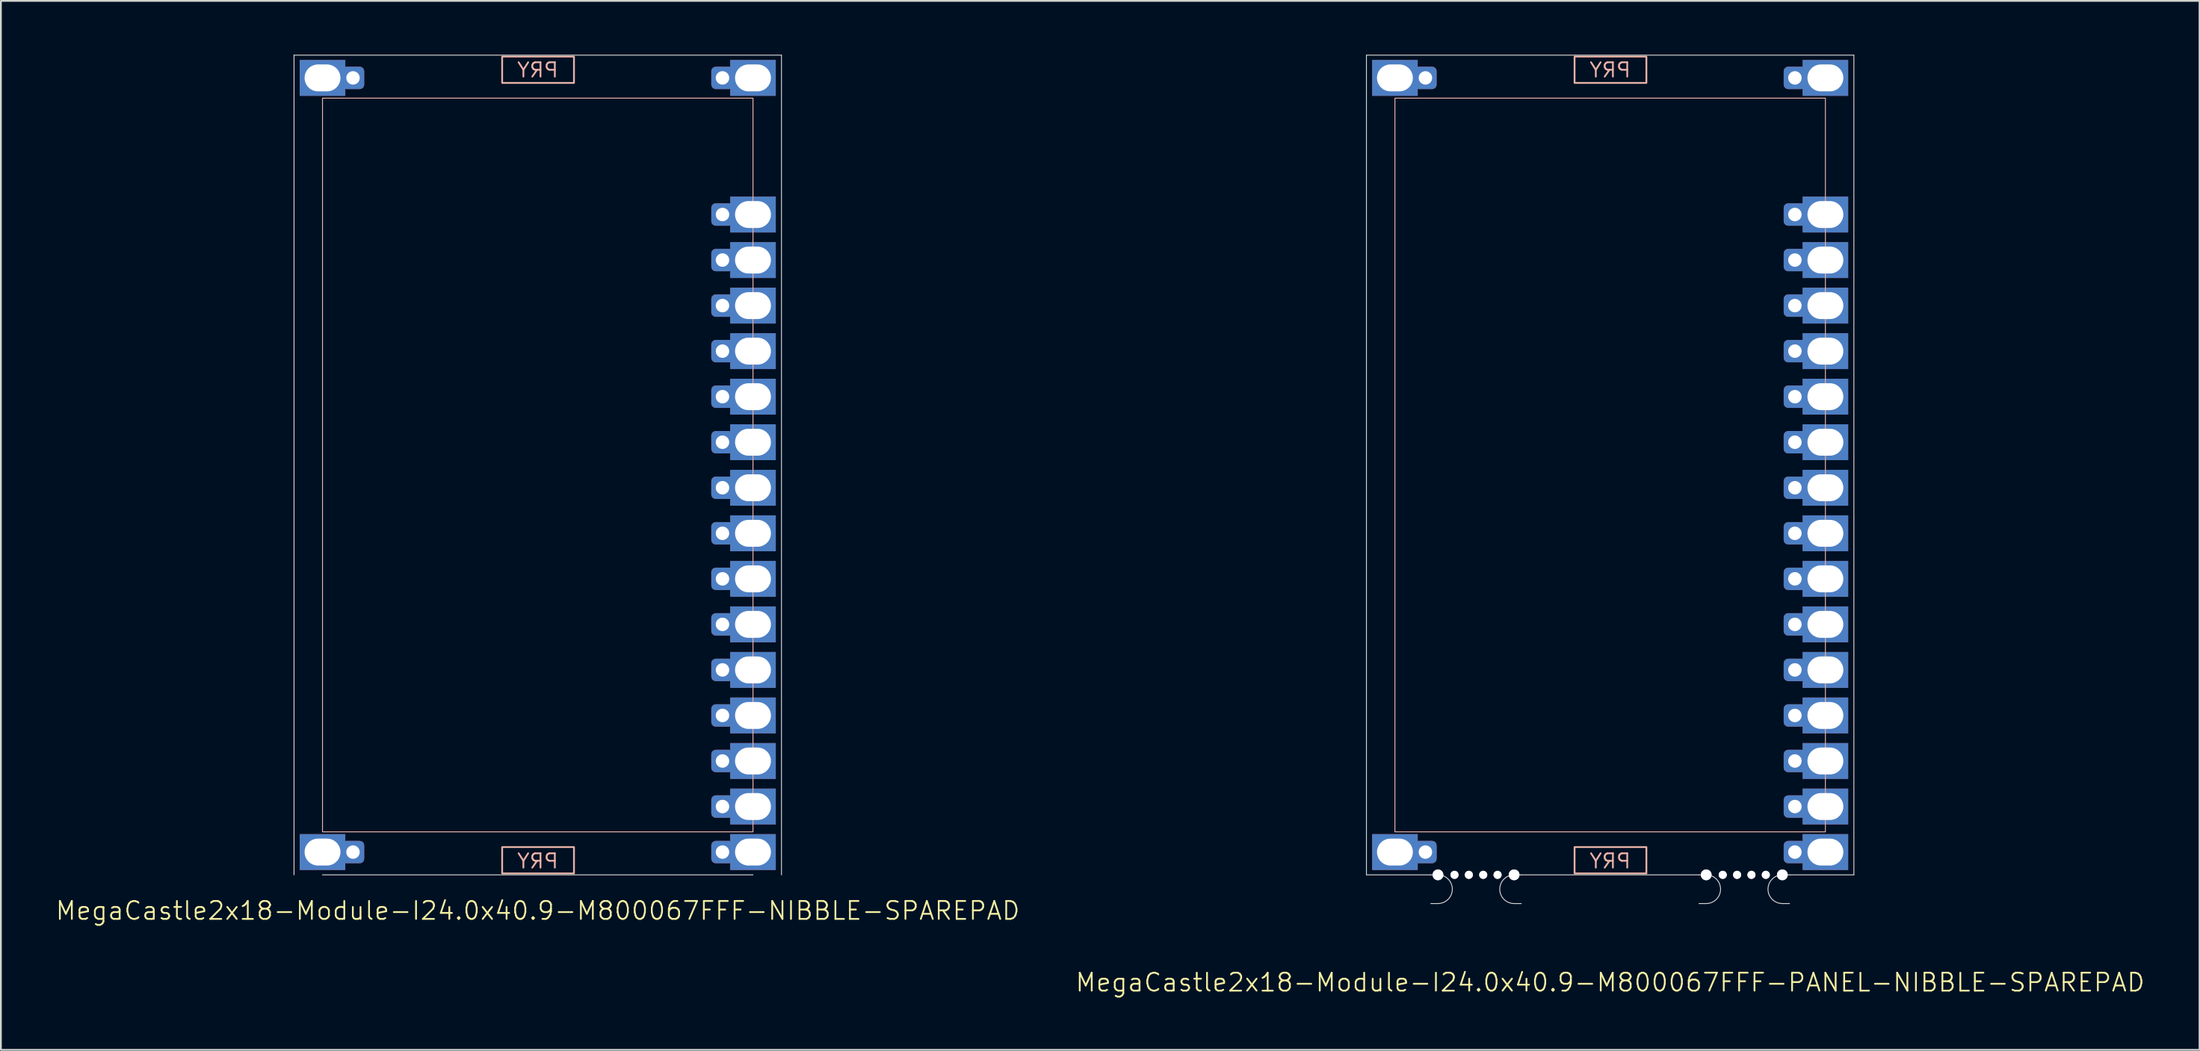
<source format=kicad_pcb>
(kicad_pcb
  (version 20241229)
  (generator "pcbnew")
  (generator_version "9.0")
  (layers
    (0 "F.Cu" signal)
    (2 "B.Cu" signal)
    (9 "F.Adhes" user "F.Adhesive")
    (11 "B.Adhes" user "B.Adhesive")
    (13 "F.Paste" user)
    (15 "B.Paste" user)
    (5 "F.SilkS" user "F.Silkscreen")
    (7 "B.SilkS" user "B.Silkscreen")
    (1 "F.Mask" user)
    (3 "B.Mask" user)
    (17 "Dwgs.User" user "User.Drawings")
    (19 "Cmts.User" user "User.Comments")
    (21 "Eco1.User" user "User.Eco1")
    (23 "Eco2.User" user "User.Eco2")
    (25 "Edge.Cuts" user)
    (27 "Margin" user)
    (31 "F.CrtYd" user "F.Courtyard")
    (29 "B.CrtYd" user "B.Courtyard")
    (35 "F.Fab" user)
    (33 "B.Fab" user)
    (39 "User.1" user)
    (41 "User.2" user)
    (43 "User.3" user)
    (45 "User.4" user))
  (footprint "MegaCastle2x18-Module-I24.0x40.9-M800067FFF-NIBBLE-SPAREPAD"
    (layer "F.Cu")
    (at 26.931 22.885)
    (property "Reference" "MegaCastle2x18-Module-I24.0x40.9-M800067FFF-NIBBLE-SPAREPAD" (at 0 24.86 0) (unlocked yes) (layer "F.SilkS") (effects (font (size 1 1) (thickness 0.1))))
    (attr smd)
    (fp_rect (start -12 20.46) (end 12 -20.46) (stroke (width 0.05) (type default)) (fill no) (layer "B.SilkS"))
    (fp_rect (start -1.984 -21.311) (end 2.02 -22.78) (stroke (width 0.1) (type default)) (fill no) (layer "B.SilkS"))
    (fp_rect (start -1.984 21.311) (end 2.02 22.78) (stroke (width 0.1) (type default)) (fill no) (layer "B.SilkS"))
    (fp_line (start -13.588 -22.86) (end -13.588 22.86) (stroke (width 0.05) (type default)) (layer "Edge.Cuts"))
    (fp_line (start -13.588 -22.86) (end 13.588 -22.86) (stroke (width 0.05) (type default)) (layer "Edge.Cuts"))
    (fp_line (start -12 22.86) (end 12 22.86) (stroke (width 0.05) (type default)) (layer "Edge.Cuts"))
    (fp_line (start 13.588 -22.86) (end 13.588 22.86) (stroke (width 0.05) (type default)) (layer "Edge.Cuts"))
    (fp_text user "PRY" (at 0 22.56 0) (unlocked yes) (layer "B.SilkS") (effects (font (size 0.8 0.8) (thickness 0.1)) (justify bottom mirror)))
    (fp_text user "PRY" (at 0 -21.56 0) (unlocked yes) (layer "B.SilkS") (effects (font (size 0.8 0.8) (thickness 0.1)) (justify bottom mirror)))
    (pad "1" thru_hole rect (at -12 -21.59) (size 2.54 2) (drill oval 2 1.5) (property pad_prop_castellated) (layers "*.Cu" "*.Mask"))
    (pad "1" thru_hole roundrect (at -10.3 -21.59 180) (size 1.25 1.25) (drill 0.75) (layers "*.Cu" "*.Mask") (roundrect_rratio 0.2))
    (pad "18" thru_hole rect (at -12 21.59) (size 2.54 2) (drill oval 2 1.5) (property pad_prop_castellated) (layers "*.Cu" "*.Mask"))
    (pad "18" thru_hole roundrect (at -10.3 21.59 180) (size 1.25 1.25) (drill 0.75) (layers "*.Cu" "*.Mask") (roundrect_rratio 0.2))
    (pad "19" thru_hole roundrect (at 10.3 -21.59 180) (size 1.25 1.25) (drill 0.75) (layers "*.Cu" "*.Mask") (roundrect_rratio 0.2))
    (pad "19" thru_hole rect (at 12 -21.59) (size 2.54 2) (drill oval 2 1.5) (property pad_prop_castellated) (layers "*.Cu" "*.Mask"))
    (pad "22" thru_hole roundrect (at 10.3 -13.97 180) (size 1.25 1.25) (drill 0.75) (layers "*.Cu" "*.Mask") (roundrect_rratio 0.2))
    (pad "22" thru_hole rect (at 12 -13.97) (size 2.54 2) (drill oval 2 1.5) (property pad_prop_castellated) (layers "*.Cu" "*.Mask"))
    (pad "23" thru_hole roundrect (at 10.3 -11.43 180) (size 1.25 1.25) (drill 0.75) (layers "*.Cu" "*.Mask") (roundrect_rratio 0.2))
    (pad "23" thru_hole rect (at 12 -11.43) (size 2.54 2) (drill oval 2 1.5) (property pad_prop_castellated) (layers "*.Cu" "*.Mask"))
    (pad "24" thru_hole roundrect (at 10.3 -8.89 180) (size 1.25 1.25) (drill 0.75) (layers "*.Cu" "*.Mask") (roundrect_rratio 0.2))
    (pad "24" thru_hole rect (at 12 -8.89) (size 2.54 2) (drill oval 2 1.5) (property pad_prop_castellated) (layers "*.Cu" "*.Mask"))
    (pad "25" thru_hole roundrect (at 10.3 -6.35 180) (size 1.25 1.25) (drill 0.75) (layers "*.Cu" "*.Mask") (roundrect_rratio 0.2))
    (pad "25" thru_hole rect (at 12 -6.35) (size 2.54 2) (drill oval 2 1.5) (property pad_prop_castellated) (layers "*.Cu" "*.Mask"))
    (pad "26" thru_hole roundrect (at 10.3 -3.81 180) (size 1.25 1.25) (drill 0.75) (layers "*.Cu" "*.Mask") (roundrect_rratio 0.2))
    (pad "26" thru_hole rect (at 12 -3.81) (size 2.54 2) (drill oval 2 1.5) (property pad_prop_castellated) (layers "*.Cu" "*.Mask"))
    (pad "27" thru_hole roundrect (at 10.3 -1.27 180) (size 1.25 1.25) (drill 0.75) (layers "*.Cu" "*.Mask") (roundrect_rratio 0.2))
    (pad "27" thru_hole rect (at 12 -1.27) (size 2.54 2) (drill oval 2 1.5) (property pad_prop_castellated) (layers "*.Cu" "*.Mask"))
    (pad "28" thru_hole roundrect (at 10.3 1.27 180) (size 1.25 1.25) (drill 0.75) (layers "*.Cu" "*.Mask") (roundrect_rratio 0.2))
    (pad "28" thru_hole rect (at 12 1.27) (size 2.54 2) (drill oval 2 1.5) (property pad_prop_castellated) (layers "*.Cu" "*.Mask"))
    (pad "29" thru_hole roundrect (at 10.3 3.81 180) (size 1.25 1.25) (drill 0.75) (layers "*.Cu" "*.Mask") (roundrect_rratio 0.2))
    (pad "29" thru_hole rect (at 12 3.81) (size 2.54 2) (drill oval 2 1.5) (property pad_prop_castellated) (layers "*.Cu" "*.Mask"))
    (pad "30" thru_hole roundrect (at 10.3 6.35 180) (size 1.25 1.25) (drill 0.75) (layers "*.Cu" "*.Mask") (roundrect_rratio 0.2))
    (pad "30" thru_hole rect (at 12 6.35) (size 2.54 2) (drill oval 2 1.5) (property pad_prop_castellated) (layers "*.Cu" "*.Mask"))
    (pad "31" thru_hole roundrect (at 10.3 8.89 180) (size 1.25 1.25) (drill 0.75) (layers "*.Cu" "*.Mask") (roundrect_rratio 0.2))
    (pad "31" thru_hole rect (at 12 8.89) (size 2.54 2) (drill oval 2 1.5) (property pad_prop_castellated) (layers "*.Cu" "*.Mask"))
    (pad "32" thru_hole roundrect (at 10.3 11.43 180) (size 1.25 1.25) (drill 0.75) (layers "*.Cu" "*.Mask") (roundrect_rratio 0.2))
    (pad "32" thru_hole rect (at 12 11.43) (size 2.54 2) (drill oval 2 1.5) (property pad_prop_castellated) (layers "*.Cu" "*.Mask"))
    (pad "33" thru_hole roundrect (at 10.3 13.97 180) (size 1.25 1.25) (drill 0.75) (layers "*.Cu" "*.Mask") (roundrect_rratio 0.2))
    (pad "33" thru_hole rect (at 12 13.97) (size 2.54 2) (drill oval 2 1.5) (property pad_prop_castellated) (layers "*.Cu" "*.Mask"))
    (pad "34" thru_hole roundrect (at 10.3 16.51 180) (size 1.25 1.25) (drill 0.75) (layers "*.Cu" "*.Mask") (roundrect_rratio 0.2))
    (pad "34" thru_hole rect (at 12 16.51) (size 2.54 2) (drill oval 2 1.5) (property pad_prop_castellated) (layers "*.Cu" "*.Mask"))
    (pad "35" thru_hole roundrect (at 10.3 19.05 180) (size 1.25 1.25) (drill 0.75) (layers "*.Cu" "*.Mask") (roundrect_rratio 0.2))
    (pad "35" thru_hole rect (at 12 19.05) (size 2.54 2) (drill oval 2 1.5) (property pad_prop_castellated) (layers "*.Cu" "*.Mask"))
    (pad "36" thru_hole roundrect (at 10.3 21.59 180) (size 1.25 1.25) (drill 0.75) (layers "*.Cu" "*.Mask") (roundrect_rratio 0.2))
    (pad "36" thru_hole rect (at 12 21.59) (size 2.54 2) (drill oval 2 1.5) (property pad_prop_castellated) (layers "*.Cu" "*.Mask"))
    (zone (net_name "") (layer "B.Cu") (hatch edge 0.5) (connect_pads) (min_thickness 0.25) (filled_areas_thickness no) (keepout (tracks allowed) (vias allowed) (pads allowed) (copperpour allowed) (footprints not_allowed)) (placement (enabled no)) (fill) (polygon (pts (xy 14.931 45.745) (xy 14.931 0.025))))
    (zone (net_name "") (layer "B.Cu") (hatch edge 0.5) (connect_pads) (min_thickness 0.25) (filled_areas_thickness no) (keepout (tracks allowed) (vias allowed) (pads allowed) (copperpour allowed) (footprints not_allowed)) (placement (enabled no)) (fill) (polygon (pts (xy 38.931 45.745) (xy 38.931 0.025))))
    (zone (net_name "") (layer "B.Cu") (hatch edge 0.5) (connect_pads) (min_thickness 0.25) (filled_areas_thickness no) (keepout (tracks allowed) (vias allowed) (pads allowed) (copperpour allowed) (footprints not_allowed)) (placement (enabled no)) (fill) (polygon (pts (xy 14.931 0.025) (xy 14.931 2.425) (xy 38.931 2.425) (xy 38.931 0.025))))
    (zone (net_name "") (layer "B.Cu") (hatch edge 0.5) (connect_pads) (min_thickness 0.25) (filled_areas_thickness no) (keepout (tracks allowed) (vias allowed) (pads allowed) (copperpour allowed) (footprints not_allowed)) (placement (enabled no)) (fill) (polygon (pts (xy 14.931 45.745) (xy 14.931 43.345) (xy 38.931 43.345) (xy 38.931 45.745))))
    (zone (net_name "") (layer "B.Cu") (name "Upper Pry Zone") (hatch edge 0.5) (connect_pads) (min_thickness 0.25) (filled_areas_thickness no) (keepout (tracks not_allowed) (vias not_allowed) (pads not_allowed) (copperpour allowed) (footprints not_allowed)) (placement (enabled no)) (fill) (polygon (pts (xy 24.947 1.574) (xy 24.947 0.105) (xy 28.95 0.105) (xy 28.95 1.574))))
    (zone (net_name "") (layer "B.Cu") (name "Upper Pry Zone") (hatch edge 0.5) (connect_pads) (min_thickness 0.25) (filled_areas_thickness no) (keepout (tracks not_allowed) (vias not_allowed) (pads not_allowed) (copperpour allowed) (footprints not_allowed)) (placement (enabled no)) (fill) (polygon (pts (xy 24.947 44.196) (xy 24.947 45.665) (xy 28.95 45.665) (xy 28.95 44.196)))))
  (footprint "MegaCastle2x18-Module-I24.0x40.9-M800067FFF-PANEL-NIBBLE-SPAREPAD"
    (layer "F.Cu")
    (at 86.721 22.885)
    (property "Reference" "MegaCastle2x18-Module-I24.0x40.9-M800067FFF-PANEL-NIBBLE-SPAREPAD" (at 0 28.86 0) (unlocked yes) (layer "F.SilkS") (effects (font (size 1 1) (thickness 0.1))))
    (attr smd)
    (fp_rect (start -12 20.46) (end 12 -20.46) (stroke (width 0.05) (type default)) (fill no) (layer "B.SilkS"))
    (fp_rect (start -1.984 -21.311) (end 2.02 -22.78) (stroke (width 0.1) (type default)) (fill no) (layer "B.SilkS"))
    (fp_rect (start -1.984 21.311) (end 2.02 22.78) (stroke (width 0.1) (type default)) (fill no) (layer "B.SilkS"))
    (fp_line (start -13.588 -22.86) (end -13.588 22.86) (stroke (width 0.05) (type default)) (layer "Edge.Cuts"))
    (fp_line (start -13.588 -22.86) (end 13.588 -22.86) (stroke (width 0.05) (type default)) (layer "Edge.Cuts"))
    (fp_line (start -13.588 22.86) (end -10 22.86) (stroke (width 0.05) (type default)) (layer "Edge.Cuts"))
    (fp_line (start -10 22.86) (end -9.6 22.86) (stroke (width 0.05) (type default)) (layer "Edge.Cuts"))
    (fp_line (start -10 24.46) (end -9.6 24.46) (stroke (width 0.05) (type default)) (layer "Edge.Cuts"))
    (fp_line (start -4.955 22.86) (end -5.355 22.86) (stroke (width 0.05) (type default)) (layer "Edge.Cuts"))
    (fp_line (start -4.955 22.86) (end 4.955 22.86) (stroke (width 0.05) (type default)) (layer "Edge.Cuts"))
    (fp_line (start -4.955 24.46) (end -5.355 24.46) (stroke (width 0.05) (type default)) (layer "Edge.Cuts"))
    (fp_line (start 4.955 22.86) (end 5.355 22.86) (stroke (width 0.05) (type default)) (layer "Edge.Cuts"))
    (fp_line (start 4.955 24.46) (end 5.355 24.46) (stroke (width 0.05) (type default)) (layer "Edge.Cuts"))
    (fp_line (start 10 22.86) (end 9.6 22.86) (stroke (width 0.05) (type default)) (layer "Edge.Cuts"))
    (fp_line (start 10 22.86) (end 13.588 22.86) (stroke (width 0.05) (type default)) (layer "Edge.Cuts"))
    (fp_line (start 10 24.46) (end 9.6 24.46) (stroke (width 0.05) (type default)) (layer "Edge.Cuts"))
    (fp_line (start 13.588 -22.86) (end 13.588 22.86) (stroke (width 0.05) (type default)) (layer "Edge.Cuts"))
    (fp_arc (start -9.6 22.860001) (mid -8.8 23.66) (end -9.6 24.459999) (stroke (width 0.05) (type default)) (layer "Edge.Cuts"))
    (fp_arc (start -5.355 24.459999) (mid -6.155 23.66) (end -5.355 22.860001) (stroke (width 0.05) (type default)) (layer "Edge.Cuts"))
    (fp_arc (start 5.355 22.860001) (mid 6.155 23.66) (end 5.355 24.459999) (stroke (width 0.05) (type default)) (layer "Edge.Cuts"))
    (fp_arc (start 9.6 24.459999) (mid 8.800001 23.66) (end 9.6 22.860001) (stroke (width 0.05) (type default)) (layer "Edge.Cuts"))
    (fp_text user "PRY" (at 0 -21.56 0) (unlocked yes) (layer "B.SilkS") (effects (font (size 0.8 0.8) (thickness 0.1)) (justify bottom mirror)))
    (fp_text user "PRY" (at 0 22.56 0) (unlocked yes) (layer "B.SilkS") (effects (font (size 0.8 0.8) (thickness 0.1)) (justify bottom mirror)))
    (pad "" np_thru_hole circle (at -9.6 22.86) (size 0.6 0.6) (drill 0.6) (layers "*.Cu" "Edge.Cuts"))
    (pad "" np_thru_hole circle (at -8.678 22.86) (size 0.45 0.45) (drill 0.45) (layers "*.Cu" "Edge.Cuts"))
    (pad "" np_thru_hole circle (at -7.878 22.86) (size 0.45 0.45) (drill 0.45) (layers "*.Cu" "Edge.Cuts"))
    (pad "" np_thru_hole circle (at -7.077 22.86) (size 0.45 0.45) (drill 0.45) (layers "*.Cu" "Edge.Cuts"))
    (pad "" np_thru_hole circle (at -6.277 22.86) (size 0.45 0.45) (drill 0.45) (layers "*.Cu" "Edge.Cuts"))
    (pad "" np_thru_hole circle (at -5.355 22.86) (size 0.6 0.6) (drill 0.6) (layers "*.Cu" "Edge.Cuts"))
    (pad "" np_thru_hole circle (at 5.355 22.86) (size 0.6 0.6) (drill 0.6) (layers "*.Cu" "Edge.Cuts"))
    (pad "" np_thru_hole circle (at 6.277 22.86) (size 0.45 0.45) (drill 0.45) (layers "*.Cu" "Edge.Cuts"))
    (pad "" np_thru_hole circle (at 7.077 22.86) (size 0.45 0.45) (drill 0.45) (layers "*.Cu" "Edge.Cuts"))
    (pad "" np_thru_hole circle (at 7.878 22.86) (size 0.45 0.45) (drill 0.45) (layers "*.Cu" "Edge.Cuts"))
    (pad "" np_thru_hole circle (at 8.678 22.86) (size 0.45 0.45) (drill 0.45) (layers "*.Cu" "Edge.Cuts"))
    (pad "" np_thru_hole circle (at 9.6 22.86) (size 0.6 0.6) (drill 0.6) (layers "*.Cu" "Edge.Cuts"))
    (pad "1" thru_hole rect (at -12 -21.59) (size 2.54 2) (drill oval 2 1.5) (property pad_prop_castellated) (layers "*.Cu" "*.Mask"))
    (pad "1" thru_hole roundrect (at -10.3 -21.59 180) (size 1.25 1.25) (drill 0.75) (layers "*.Cu" "*.Mask") (roundrect_rratio 0.2))
    (pad "18" thru_hole rect (at -12 21.59) (size 2.54 2) (drill oval 2 1.5) (property pad_prop_castellated) (layers "*.Cu" "*.Mask"))
    (pad "18" thru_hole roundrect (at -10.3 21.59 180) (size 1.25 1.25) (drill 0.75) (layers "*.Cu" "*.Mask") (roundrect_rratio 0.2))
    (pad "19" thru_hole roundrect (at 10.3 -21.59 180) (size 1.25 1.25) (drill 0.75) (layers "*.Cu" "*.Mask") (roundrect_rratio 0.2))
    (pad "19" thru_hole rect (at 12 -21.59) (size 2.54 2) (drill oval 2 1.5) (property pad_prop_castellated) (layers "*.Cu" "*.Mask"))
    (pad "22" thru_hole roundrect (at 10.3 -13.97 180) (size 1.25 1.25) (drill 0.75) (layers "*.Cu" "*.Mask") (roundrect_rratio 0.2))
    (pad "22" thru_hole rect (at 12 -13.97) (size 2.54 2) (drill oval 2 1.5) (property pad_prop_castellated) (layers "*.Cu" "*.Mask"))
    (pad "23" thru_hole roundrect (at 10.3 -11.43 180) (size 1.25 1.25) (drill 0.75) (layers "*.Cu" "*.Mask") (roundrect_rratio 0.2))
    (pad "23" thru_hole rect (at 12 -11.43) (size 2.54 2) (drill oval 2 1.5) (property pad_prop_castellated) (layers "*.Cu" "*.Mask"))
    (pad "24" thru_hole roundrect (at 10.3 -8.89 180) (size 1.25 1.25) (drill 0.75) (layers "*.Cu" "*.Mask") (roundrect_rratio 0.2))
    (pad "24" thru_hole rect (at 12 -8.89) (size 2.54 2) (drill oval 2 1.5) (property pad_prop_castellated) (layers "*.Cu" "*.Mask"))
    (pad "25" thru_hole roundrect (at 10.3 -6.35 180) (size 1.25 1.25) (drill 0.75) (layers "*.Cu" "*.Mask") (roundrect_rratio 0.2))
    (pad "25" thru_hole rect (at 12 -6.35) (size 2.54 2) (drill oval 2 1.5) (property pad_prop_castellated) (layers "*.Cu" "*.Mask"))
    (pad "26" thru_hole roundrect (at 10.3 -3.81 180) (size 1.25 1.25) (drill 0.75) (layers "*.Cu" "*.Mask") (roundrect_rratio 0.2))
    (pad "26" thru_hole rect (at 12 -3.81) (size 2.54 2) (drill oval 2 1.5) (property pad_prop_castellated) (layers "*.Cu" "*.Mask"))
    (pad "27" thru_hole roundrect (at 10.3 -1.27 180) (size 1.25 1.25) (drill 0.75) (layers "*.Cu" "*.Mask") (roundrect_rratio 0.2))
    (pad "27" thru_hole rect (at 12 -1.27) (size 2.54 2) (drill oval 2 1.5) (property pad_prop_castellated) (layers "*.Cu" "*.Mask"))
    (pad "28" thru_hole roundrect (at 10.3 1.27 180) (size 1.25 1.25) (drill 0.75) (layers "*.Cu" "*.Mask") (roundrect_rratio 0.2))
    (pad "28" thru_hole rect (at 12 1.27) (size 2.54 2) (drill oval 2 1.5) (property pad_prop_castellated) (layers "*.Cu" "*.Mask"))
    (pad "29" thru_hole roundrect (at 10.3 3.81 180) (size 1.25 1.25) (drill 0.75) (layers "*.Cu" "*.Mask") (roundrect_rratio 0.2))
    (pad "29" thru_hole rect (at 12 3.81) (size 2.54 2) (drill oval 2 1.5) (property pad_prop_castellated) (layers "*.Cu" "*.Mask"))
    (pad "30" thru_hole roundrect (at 10.3 6.35 180) (size 1.25 1.25) (drill 0.75) (layers "*.Cu" "*.Mask") (roundrect_rratio 0.2))
    (pad "30" thru_hole rect (at 12 6.35) (size 2.54 2) (drill oval 2 1.5) (property pad_prop_castellated) (layers "*.Cu" "*.Mask"))
    (pad "31" thru_hole roundrect (at 10.3 8.89 180) (size 1.25 1.25) (drill 0.75) (layers "*.Cu" "*.Mask") (roundrect_rratio 0.2))
    (pad "31" thru_hole rect (at 12 8.89) (size 2.54 2) (drill oval 2 1.5) (property pad_prop_castellated) (layers "*.Cu" "*.Mask"))
    (pad "32" thru_hole roundrect (at 10.3 11.43 180) (size 1.25 1.25) (drill 0.75) (layers "*.Cu" "*.Mask") (roundrect_rratio 0.2))
    (pad "32" thru_hole rect (at 12 11.43) (size 2.54 2) (drill oval 2 1.5) (property pad_prop_castellated) (layers "*.Cu" "*.Mask"))
    (pad "33" thru_hole roundrect (at 10.3 13.97 180) (size 1.25 1.25) (drill 0.75) (layers "*.Cu" "*.Mask") (roundrect_rratio 0.2))
    (pad "33" thru_hole rect (at 12 13.97) (size 2.54 2) (drill oval 2 1.5) (property pad_prop_castellated) (layers "*.Cu" "*.Mask"))
    (pad "34" thru_hole roundrect (at 10.3 16.51 180) (size 1.25 1.25) (drill 0.75) (layers "*.Cu" "*.Mask") (roundrect_rratio 0.2))
    (pad "34" thru_hole rect (at 12 16.51) (size 2.54 2) (drill oval 2 1.5) (property pad_prop_castellated) (layers "*.Cu" "*.Mask"))
    (pad "35" thru_hole roundrect (at 10.3 19.05 180) (size 1.25 1.25) (drill 0.75) (layers "*.Cu" "*.Mask") (roundrect_rratio 0.2))
    (pad "35" thru_hole rect (at 12 19.05) (size 2.54 2) (drill oval 2 1.5) (property pad_prop_castellated) (layers "*.Cu" "*.Mask"))
    (pad "36" thru_hole roundrect (at 10.3 21.59 180) (size 1.25 1.25) (drill 0.75) (layers "*.Cu" "*.Mask") (roundrect_rratio 0.2))
    (pad "36" thru_hole rect (at 12 21.59) (size 2.54 2) (drill oval 2 1.5) (property pad_prop_castellated) (layers "*.Cu" "*.Mask"))
    (zone (net_name "") (layer "B.Cu") (hatch edge 0.5) (connect_pads) (min_thickness 0.25) (filled_areas_thickness no) (keepout (tracks allowed) (vias allowed) (pads allowed) (copperpour allowed) (footprints not_allowed)) (placement (enabled no)) (fill) (polygon (pts (xy 74.721 45.745) (xy 74.721 0.025))))
    (zone (net_name "") (layer "B.Cu") (hatch edge 0.5) (connect_pads) (min_thickness 0.25) (filled_areas_thickness no) (keepout (tracks allowed) (vias allowed) (pads allowed) (copperpour allowed) (footprints not_allowed)) (placement (enabled no)) (fill) (polygon (pts (xy 98.721 45.745) (xy 98.721 0.025))))
    (zone (net_name "") (layer "B.Cu") (hatch edge 0.5) (connect_pads) (min_thickness 0.25) (filled_areas_thickness no) (keepout (tracks allowed) (vias allowed) (pads allowed) (copperpour allowed) (footprints not_allowed)) (placement (enabled no)) (fill) (polygon (pts (xy 74.721 0.025) (xy 74.721 2.425) (xy 98.721 2.425) (xy 98.721 0.025))))
    (zone (net_name "") (layer "B.Cu") (hatch edge 0.5) (connect_pads) (min_thickness 0.25) (filled_areas_thickness no) (keepout (tracks allowed) (vias allowed) (pads allowed) (copperpour allowed) (footprints not_allowed)) (placement (enabled no)) (fill) (polygon (pts (xy 74.721 45.745) (xy 74.721 43.345) (xy 98.721 43.345) (xy 98.721 45.745))))
    (zone (net_name "") (layer "B.Cu") (name "Upper Pry Zone") (hatch edge 0.5) (connect_pads) (min_thickness 0.25) (filled_areas_thickness no) (keepout (tracks not_allowed) (vias not_allowed) (pads not_allowed) (copperpour allowed) (footprints not_allowed)) (placement (enabled no)) (fill) (polygon (pts (xy 84.737 1.574) (xy 84.737 0.105) (xy 88.741 0.105) (xy 88.741 1.574))))
    (zone (net_name "") (layer "B.Cu") (name "Upper Pry Zone") (hatch edge 0.5) (connect_pads) (min_thickness 0.25) (filled_areas_thickness no) (keepout (tracks not_allowed) (vias not_allowed) (pads not_allowed) (copperpour allowed) (footprints not_allowed)) (placement (enabled no)) (fill) (polygon (pts (xy 84.737 44.196) (xy 84.737 45.665) (xy 88.741 45.665) (xy 88.741 44.196)))))
  (gr_rect
    (start -3 -3)
    (end 119.581 55.506)
    (stroke (width 0.1) (type default))
    (fill no)
    (layer "Edge.Cuts")))
</source>
